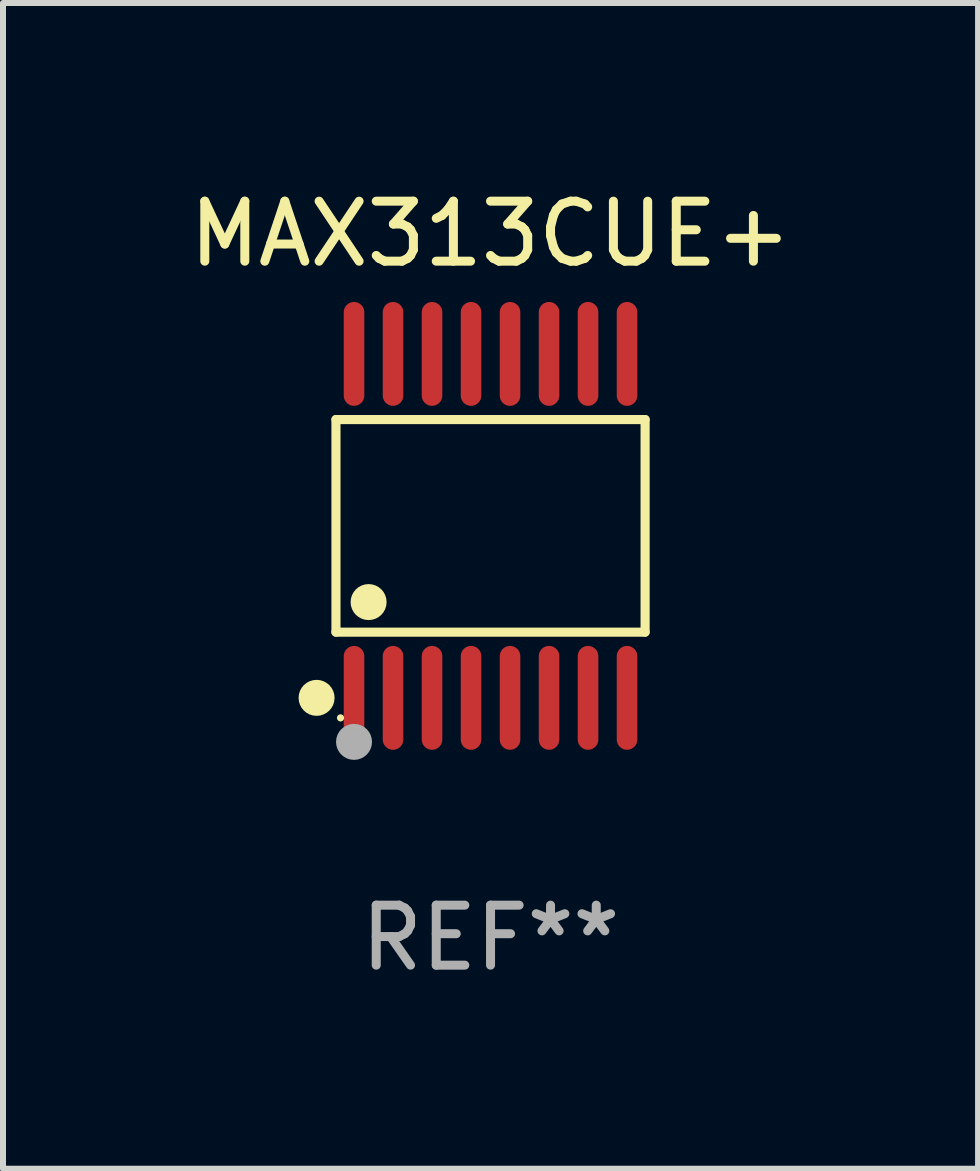
<source format=kicad_pcb>
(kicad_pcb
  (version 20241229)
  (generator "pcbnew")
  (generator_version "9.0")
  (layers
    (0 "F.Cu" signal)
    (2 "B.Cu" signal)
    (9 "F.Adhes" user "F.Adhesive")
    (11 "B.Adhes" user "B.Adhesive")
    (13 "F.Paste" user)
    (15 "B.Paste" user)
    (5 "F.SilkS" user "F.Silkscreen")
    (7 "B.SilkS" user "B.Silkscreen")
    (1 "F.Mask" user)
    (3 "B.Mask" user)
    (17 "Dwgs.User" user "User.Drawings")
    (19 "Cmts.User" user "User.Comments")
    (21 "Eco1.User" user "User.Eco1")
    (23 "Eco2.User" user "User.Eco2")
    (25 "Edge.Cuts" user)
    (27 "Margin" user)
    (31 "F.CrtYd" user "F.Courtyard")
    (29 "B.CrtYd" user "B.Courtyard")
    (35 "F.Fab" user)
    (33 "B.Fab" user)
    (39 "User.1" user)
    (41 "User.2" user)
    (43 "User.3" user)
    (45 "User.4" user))
  (footprint "MAX313CUE+"
    (layer "F.Cu")
    (at 5.125 5.714)
    (property "Reference" "MAX313CUE+" (at 0 -4.866 0) (layer "F.SilkS") (effects (font (size 1 1) (thickness 0.15))))
    (attr through_hole)
    (fp_line (start -2.576 -1.772) (end 2.576 -1.772) (stroke (width 0.152) (type solid)) (layer "F.SilkS"))
    (fp_line (start -2.576 1.771) (end -2.576 -1.772) (stroke (width 0.152) (type solid)) (layer "F.SilkS"))
    (fp_line (start 2.576 -1.772) (end 2.576 1.771) (stroke (width 0.152) (type solid)) (layer "F.SilkS"))
    (fp_line (start 2.576 1.771) (end -2.576 1.771) (stroke (width 0.152) (type solid)) (layer "F.SilkS"))
    (fp_circle (center -2.899 2.866) (end -2.749 2.866) (stroke (width 0.3) (type solid)) (fill no) (layer "F.SilkS"))
    (fp_circle (center -2.5 3.2) (end -2.47 3.2) (stroke (width 0.06) (type solid)) (fill no) (layer "F.SilkS"))
    (fp_circle (center -2.032 1.27) (end -1.882 1.27) (stroke (width 0.3) (type solid)) (fill no) (layer "F.SilkS"))
    (fp_circle (center -2.275 3.6) (end -2.125 3.6) (stroke (width 0.3) (type solid)) (fill no) (layer "F.Fab"))
    (fp_text user "REF**" (at 0 6.866 0) (layer "F.Fab") (effects (font (size 1 1) (thickness 0.15))))
    (pad "1" smd oval (at -2.275 2.866) (size 0.343 1.731) (layers "F.Cu" "F.Mask" "F.Paste"))
    (pad "2" smd oval (at -1.625 2.866) (size 0.343 1.731) (layers "F.Cu" "F.Mask" "F.Paste"))
    (pad "3" smd oval (at -0.975 2.866) (size 0.343 1.731) (layers "F.Cu" "F.Mask" "F.Paste"))
    (pad "4" smd oval (at -0.325 2.866) (size 0.343 1.731) (layers "F.Cu" "F.Mask" "F.Paste"))
    (pad "5" smd oval (at 0.325 2.866) (size 0.343 1.731) (layers "F.Cu" "F.Mask" "F.Paste"))
    (pad "6" smd oval (at 0.975 2.866) (size 0.343 1.731) (layers "F.Cu" "F.Mask" "F.Paste"))
    (pad "7" smd oval (at 1.625 2.866) (size 0.343 1.731) (layers "F.Cu" "F.Mask" "F.Paste"))
    (pad "8" smd oval (at 2.275 2.866) (size 0.343 1.731) (layers "F.Cu" "F.Mask" "F.Paste"))
    (pad "9" smd oval (at 2.275 -2.866) (size 0.343 1.731) (layers "F.Cu" "F.Mask" "F.Paste"))
    (pad "10" smd oval (at 1.625 -2.866) (size 0.343 1.731) (layers "F.Cu" "F.Mask" "F.Paste"))
    (pad "11" smd oval (at 0.975 -2.866) (size 0.343 1.731) (layers "F.Cu" "F.Mask" "F.Paste"))
    (pad "12" smd oval (at 0.325 -2.866) (size 0.343 1.731) (layers "F.Cu" "F.Mask" "F.Paste"))
    (pad "13" smd oval (at -0.325 -2.866) (size 0.343 1.731) (layers "F.Cu" "F.Mask" "F.Paste"))
    (pad "14" smd oval (at -0.975 -2.866) (size 0.343 1.731) (layers "F.Cu" "F.Mask" "F.Paste"))
    (pad "15" smd oval (at -1.625 -2.866) (size 0.343 1.731) (layers "F.Cu" "F.Mask" "F.Paste"))
    (pad "16" smd oval (at -2.275 -2.866) (size 0.343 1.731) (layers "F.Cu" "F.Mask" "F.Paste")))
  (gr_rect
    (start -3 -3)
    (end 13.25 16.428)
    (stroke (width 0.1) (type default))
    (fill no)
    (layer "Edge.Cuts")))
</source>
